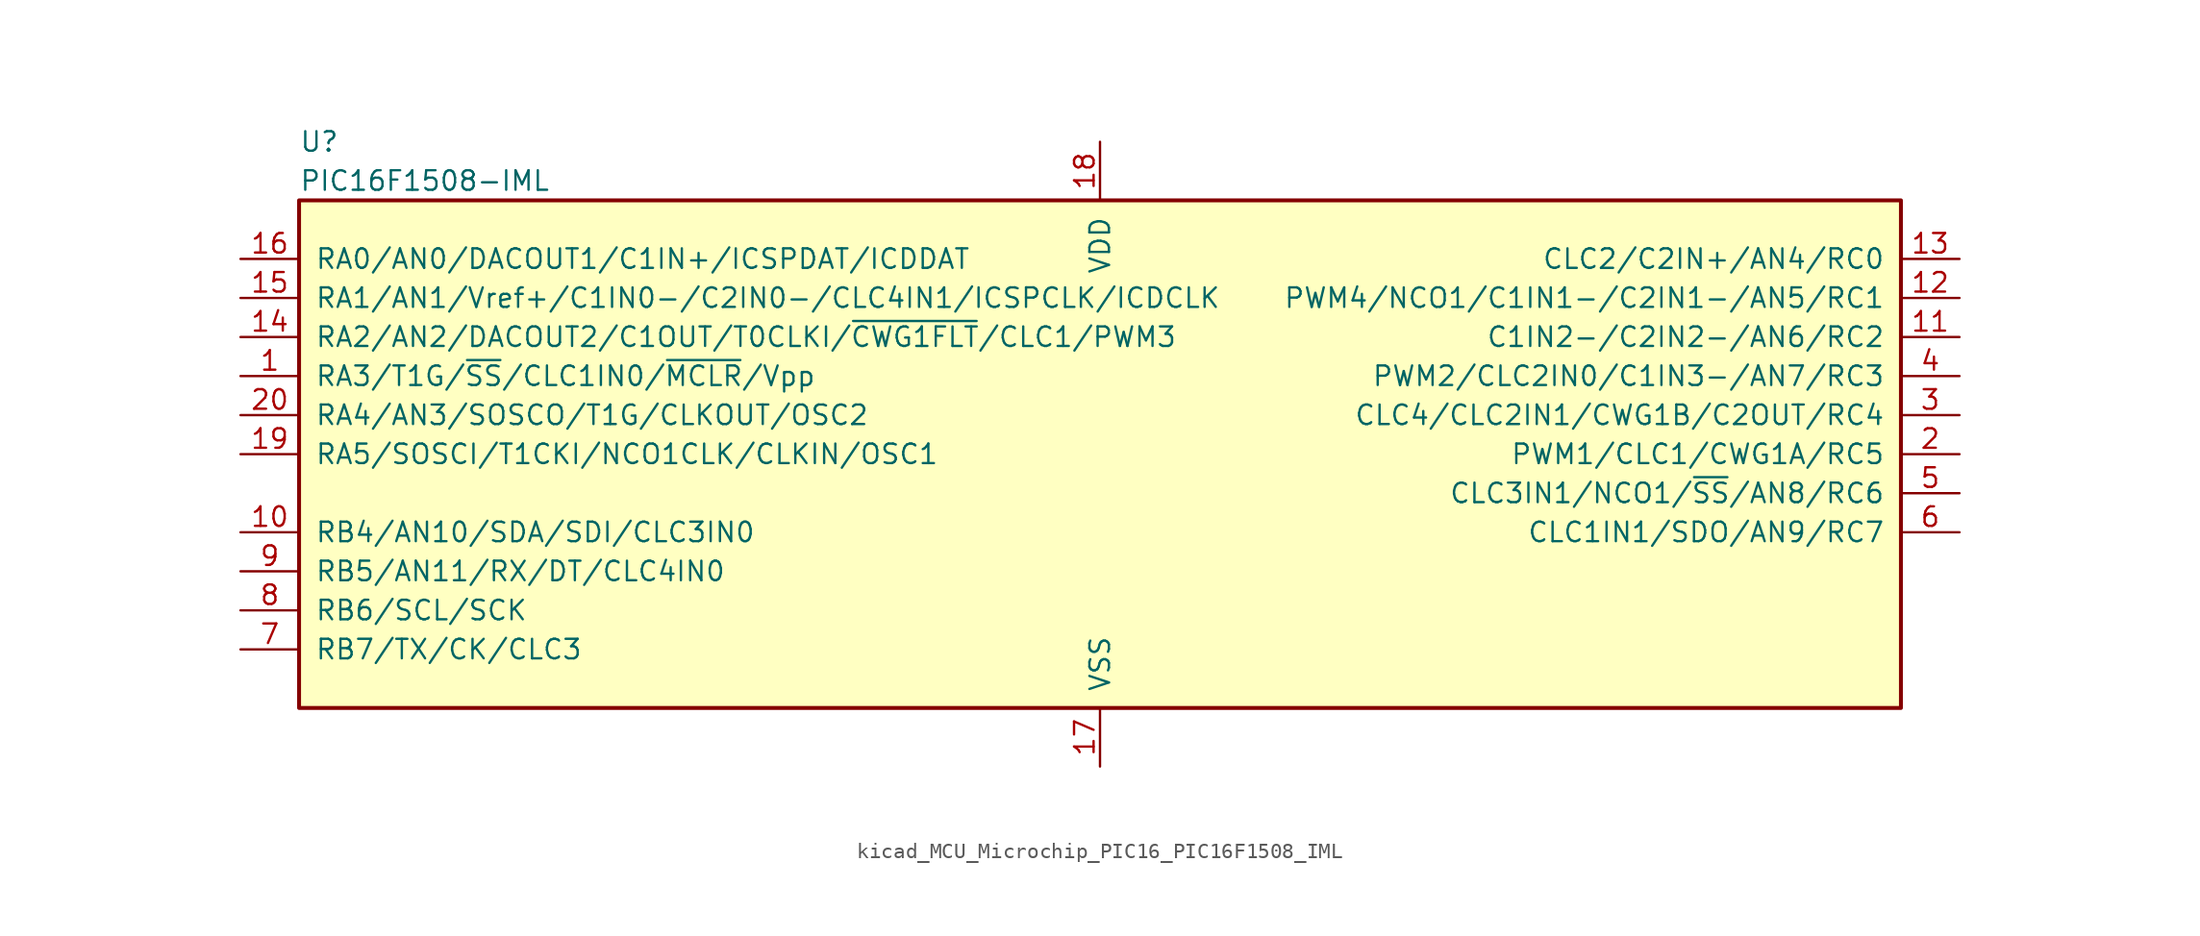
<source format=kicad_sym>
(kicad_symbol_lib
  (version 20220914)
  (generator kicad_symbol_editor)
  (symbol "kicad_MCU_Microchip_PIC16_PIC16F1508_IML"
    (pin_names
      (offset 1.016))
    (property "Reference" "U"
      (at -52.07 20.32 0)
      (effects (font (size 1.27 1.27)) (justify left)))
    (property "Value" "PIC16F1508-IML"
      (at -52.07 17.78 0)
      (effects (font (size 1.27 1.27)) (justify left)))
    (symbol "kicad_MCU_Microchip_PIC16_PIC16F1508_IML_0_1"
      (rectangle (start -52.07 16.51) (end 52.07 -16.51) (stroke (width 0.254) (type default)) (fill (type background))))
    (symbol "kicad_MCU_Microchip_PIC16_PIC16F1508_IML_1_1"
      (pin input line (at -55.88 5.08 0) (length 3.81) (name "RA3/T1G/~{SS}/CLC1IN0/~{MCLR}/Vpp" (effects (font (size 1.27 1.27)))) (number "1" (effects (font (size 1.27 1.27)))))
      (pin bidirectional line (at -55.88 -5.08 0) (length 3.81) (name "RB4/AN10/SDA/SDI/CLC3IN0" (effects (font (size 1.27 1.27)))) (number "10" (effects (font (size 1.27 1.27)))))
      (pin bidirectional line (at 55.88 7.62 180) (length 3.81) (name "C1IN2-/C2IN2-/AN6/RC2" (effects (font (size 1.27 1.27)))) (number "11" (effects (font (size 1.27 1.27)))))
      (pin bidirectional line (at 55.88 10.16 180) (length 3.81) (name "PWM4/NCO1/C1IN1-/C2IN1-/AN5/RC1" (effects (font (size 1.27 1.27)))) (number "12" (effects (font (size 1.27 1.27)))))
      (pin bidirectional line (at 55.88 12.7 180) (length 3.81) (name "CLC2/C2IN+/AN4/RC0" (effects (font (size 1.27 1.27)))) (number "13" (effects (font (size 1.27 1.27)))))
      (pin bidirectional line (at -55.88 7.62 0) (length 3.81) (name "RA2/AN2/DACOUT2/C1OUT/T0CLKI/~{CWG1FLT}/CLC1/PWM3" (effects (font (size 1.27 1.27)))) (number "14" (effects (font (size 1.27 1.27)))))
      (pin bidirectional line (at -55.88 10.16 0) (length 3.81) (name "RA1/AN1/Vref+/C1IN0-/C2IN0-/CLC4IN1/ICSPCLK/ICDCLK" (effects (font (size 1.27 1.27)))) (number "15" (effects (font (size 1.27 1.27)))))
      (pin bidirectional line (at -55.88 12.7 0) (length 3.81) (name "RA0/AN0/DACOUT1/C1IN+/ICSPDAT/ICDDAT" (effects (font (size 1.27 1.27)))) (number "16" (effects (font (size 1.27 1.27)))))
      (pin power_in line (at 0 -20.32 90) (length 3.81) (name "VSS" (effects (font (size 1.27 1.27)))) (number "17" (effects (font (size 1.27 1.27)))))
      (pin power_in line (at 0 20.32 270) (length 3.81) (name "VDD" (effects (font (size 1.27 1.27)))) (number "18" (effects (font (size 1.27 1.27)))))
      (pin bidirectional line (at -55.88 0 0) (length 3.81) (name "RA5/SOSCI/T1CKI/NCO1CLK/CLKIN/OSC1" (effects (font (size 1.27 1.27)))) (number "19" (effects (font (size 1.27 1.27)))))
      (pin bidirectional line (at 55.88 0 180) (length 3.81) (name "PWM1/CLC1/CWG1A/RC5" (effects (font (size 1.27 1.27)))) (number "2" (effects (font (size 1.27 1.27)))))
      (pin bidirectional line (at -55.88 2.54 0) (length 3.81) (name "RA4/AN3/SOSCO/T1G/CLKOUT/OSC2" (effects (font (size 1.27 1.27)))) (number "20" (effects (font (size 1.27 1.27)))))
      (pin bidirectional line (at 55.88 2.54 180) (length 3.81) (name "CLC4/CLC2IN1/CWG1B/C2OUT/RC4" (effects (font (size 1.27 1.27)))) (number "3" (effects (font (size 1.27 1.27)))))
      (pin bidirectional line (at 55.88 5.08 180) (length 3.81) (name "PWM2/CLC2IN0/C1IN3-/AN7/RC3" (effects (font (size 1.27 1.27)))) (number "4" (effects (font (size 1.27 1.27)))))
      (pin bidirectional line (at 55.88 -2.54 180) (length 3.81) (name "CLC3IN1/NCO1/~{SS}/AN8/RC6" (effects (font (size 1.27 1.27)))) (number "5" (effects (font (size 1.27 1.27)))))
      (pin bidirectional line (at 55.88 -5.08 180) (length 3.81) (name "CLC1IN1/SDO/AN9/RC7" (effects (font (size 1.27 1.27)))) (number "6" (effects (font (size 1.27 1.27)))))
      (pin bidirectional line (at -55.88 -12.7 0) (length 3.81) (name "RB7/TX/CK/CLC3" (effects (font (size 1.27 1.27)))) (number "7" (effects (font (size 1.27 1.27)))))
      (pin bidirectional line (at -55.88 -10.16 0) (length 3.81) (name "RB6/SCL/SCK" (effects (font (size 1.27 1.27)))) (number "8" (effects (font (size 1.27 1.27)))))
      (pin bidirectional line (at -55.88 -7.62 0) (length 3.81) (name "RB5/AN11/RX/DT/CLC4IN0" (effects (font (size 1.27 1.27)))) (number "9" (effects (font (size 1.27 1.27))))))))
</source>
